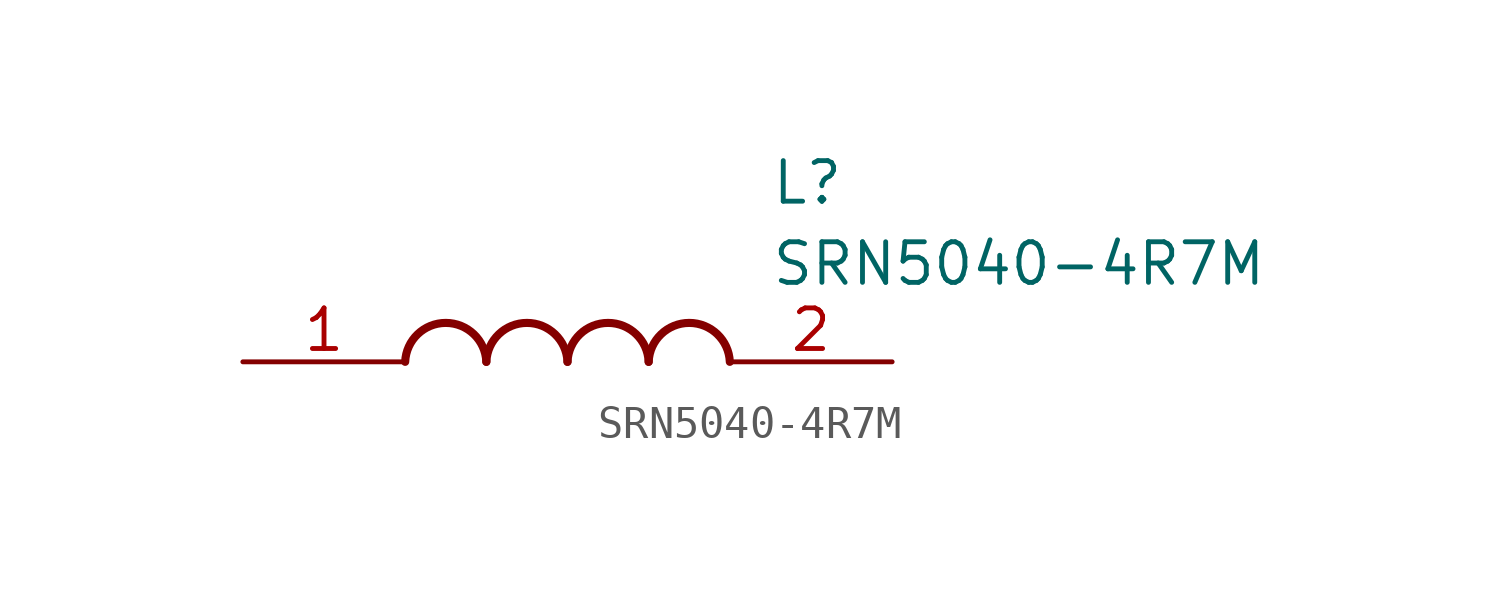
<source format=kicad_sym>
(kicad_symbol_lib
  (version 20211014)
  (generator SamacSys_ECAD_Model)
  (symbol "SRN5040-4R7M"
    (pin_names hide)
    (property "Reference" "L"
      (at 16.51 6.35 0)
      (effects (font (size 1.27 1.27)) (justify left top)))
    (property "Value" "SRN5040-4R7M"
      (at 16.51 3.81 0)
      (effects (font (size 1.27 1.27)) (justify left top)))
    (arc
      (start 7.62 0)
      (mid 6.35 1.219)
      (end 5.08 0)
      (stroke (width 0.254) (type default))
      (fill (type none)))
    (arc
      (start 10.16 0)
      (mid 8.89 1.219)
      (end 7.62 0)
      (stroke (width 0.254) (type default))
      (fill (type none)))
    (arc
      (start 12.7 0)
      (mid 11.43 1.219)
      (end 10.16 0)
      (stroke (width 0.254) (type default))
      (fill (type none)))
    (arc
      (start 15.24 0)
      (mid 13.97 1.219)
      (end 12.7 0)
      (stroke (width 0.254) (type default))
      (fill (type none)))
    (pin passive line
      (at 0 0 0)
      (length 5.08)
      (name "1" (effects (font (size 1.27 1.27))))
      (number "1" (effects (font (size 1.27 1.27)))))
    (pin passive line
      (at 20.32 0 180)
      (length 5.08)
      (name "2" (effects (font (size 1.27 1.27))))
      (number "2" (effects (font (size 1.27 1.27)))))))
</source>
